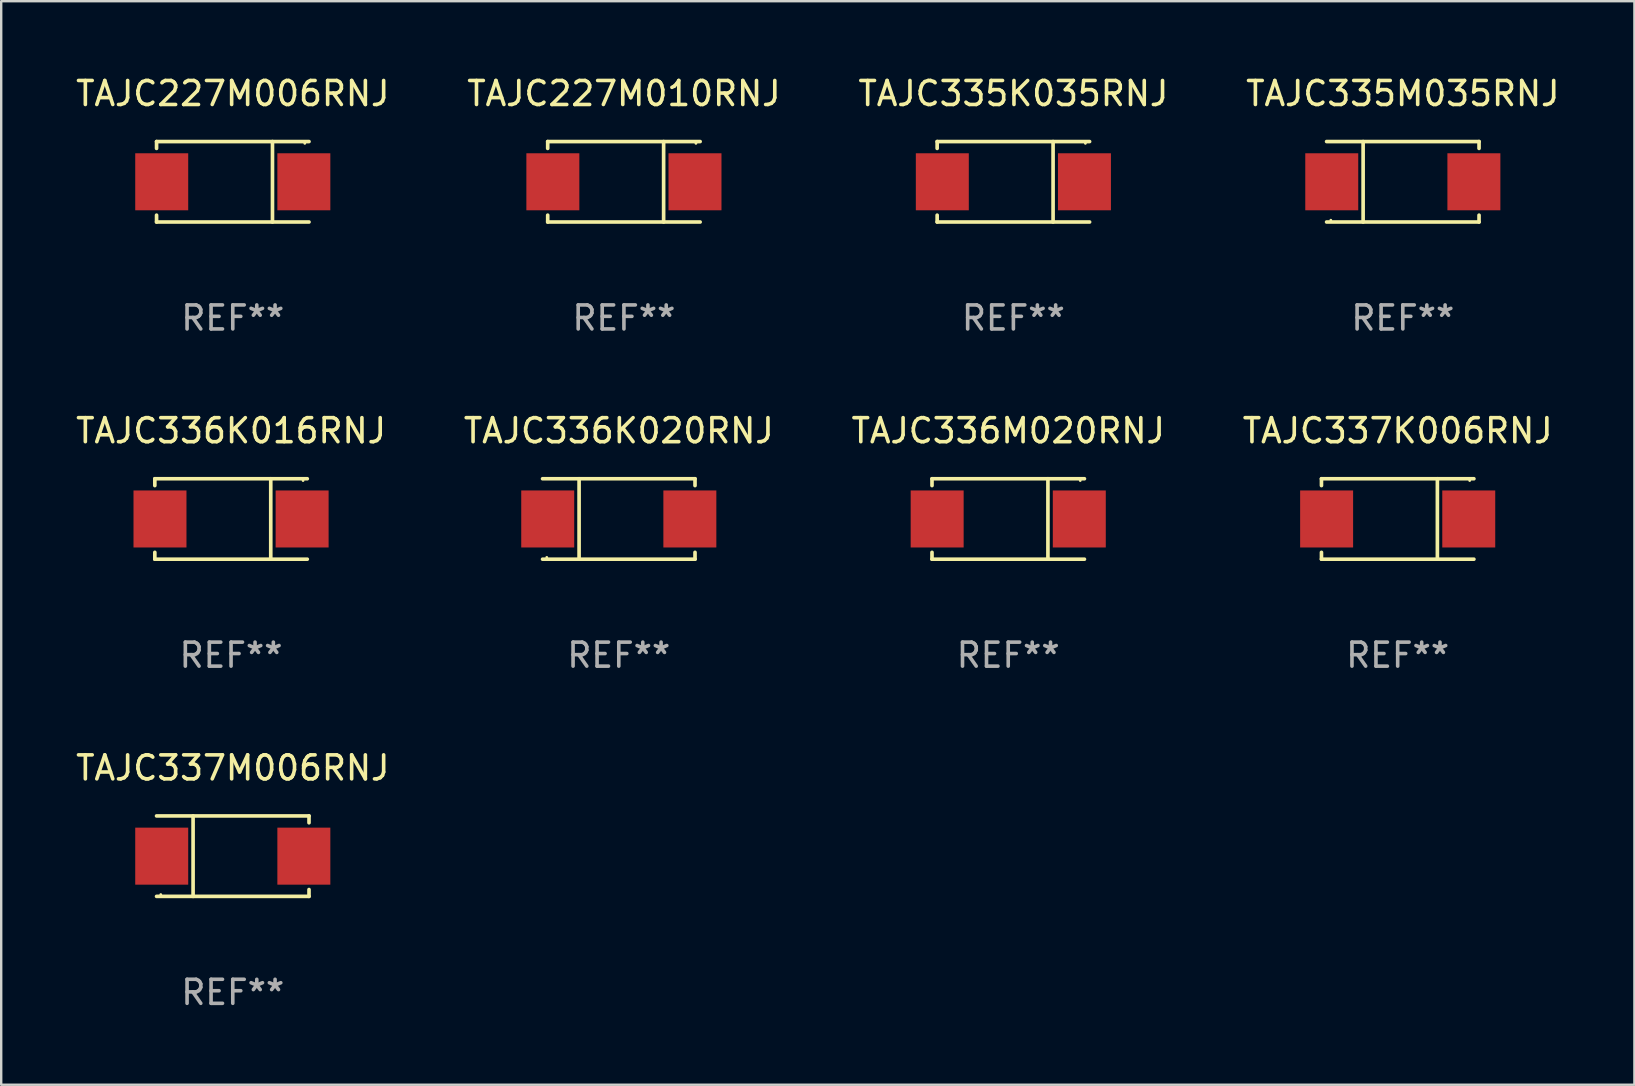
<source format=kicad_pcb>
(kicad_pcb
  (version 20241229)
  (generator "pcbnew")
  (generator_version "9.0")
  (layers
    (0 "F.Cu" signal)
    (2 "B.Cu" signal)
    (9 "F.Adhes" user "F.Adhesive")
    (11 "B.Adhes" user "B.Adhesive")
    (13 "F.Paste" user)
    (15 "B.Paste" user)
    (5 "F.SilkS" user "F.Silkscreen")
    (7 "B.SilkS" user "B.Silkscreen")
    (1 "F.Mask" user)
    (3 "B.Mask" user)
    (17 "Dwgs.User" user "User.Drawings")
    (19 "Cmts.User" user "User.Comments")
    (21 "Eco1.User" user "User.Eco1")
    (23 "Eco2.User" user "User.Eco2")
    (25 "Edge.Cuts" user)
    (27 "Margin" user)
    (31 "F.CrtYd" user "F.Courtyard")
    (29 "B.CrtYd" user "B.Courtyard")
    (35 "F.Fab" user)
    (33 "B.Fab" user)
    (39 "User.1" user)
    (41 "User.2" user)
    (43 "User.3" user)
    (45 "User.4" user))
  (footprint "TAJC335K035RNJ"
    (layer "F.Cu")
    (at 39.173 4.524)
    (property "Reference" "TAJC335K035RNJ" (at 0 -3.676 0) (layer "F.SilkS") (effects (font (size 1 1) (thickness 0.15))))
    (attr through_hole)
    (fp_line (start -3.176 -1.676) (end -3.176 -1.391) (stroke (width 0.152) (type solid)) (layer "F.SilkS"))
    (fp_line (start -3.176 -1.676) (end 3.176 -1.676) (stroke (width 0.152) (type solid)) (layer "F.SilkS"))
    (fp_line (start -3.176 1.676) (end -3.176 1.391) (stroke (width 0.152) (type solid)) (layer "F.SilkS"))
    (fp_line (start -3.176 1.676) (end 3.176 1.676) (stroke (width 0.152) (type solid)) (layer "F.SilkS"))
    (fp_line (start 1.654 -1.676) (end 1.654 1.676) (stroke (width 0.152) (type solid)) (layer "F.SilkS"))
    (fp_circle (center 3 -1.6) (end 3.03 -1.6) (stroke (width 0.06) (type solid)) (fill no) (layer "F.SilkS"))
    (fp_text user "REF**" (at 0 5.676 0) (layer "F.Fab") (effects (font (size 1 1) (thickness 0.15))))
    (pad "1" smd rect (at 2.961 0) (size 2.207 2.376) (layers "F.Cu" "F.Mask" "F.Paste"))
    (pad "2" smd rect (at -2.961 0) (size 2.207 2.376) (layers "F.Cu" "F.Mask" "F.Paste")))
  (footprint "TAJC337K006RNJ"
    (layer "F.Cu")
    (at 55.185 18.573)
    (property "Reference" "TAJC337K006RNJ" (at 0 -3.676 0) (layer "F.SilkS") (effects (font (size 1 1) (thickness 0.15))))
    (attr through_hole)
    (fp_line (start -3.176 -1.676) (end -3.176 -1.391) (stroke (width 0.152) (type solid)) (layer "F.SilkS"))
    (fp_line (start -3.176 -1.676) (end 3.176 -1.676) (stroke (width 0.152) (type solid)) (layer "F.SilkS"))
    (fp_line (start -3.176 1.676) (end -3.176 1.391) (stroke (width 0.152) (type solid)) (layer "F.SilkS"))
    (fp_line (start -3.176 1.676) (end 3.176 1.676) (stroke (width 0.152) (type solid)) (layer "F.SilkS"))
    (fp_line (start 1.654 -1.676) (end 1.654 1.676) (stroke (width 0.152) (type solid)) (layer "F.SilkS"))
    (fp_circle (center 3 -1.6) (end 3.03 -1.6) (stroke (width 0.06) (type solid)) (fill no) (layer "F.SilkS"))
    (fp_text user "REF**" (at 0 5.676 0) (layer "F.Fab") (effects (font (size 1 1) (thickness 0.15))))
    (pad "1" smd rect (at 2.961 0) (size 2.207 2.376) (layers "F.Cu" "F.Mask" "F.Paste"))
    (pad "2" smd rect (at -2.961 0) (size 2.207 2.376) (layers "F.Cu" "F.Mask" "F.Paste")))
  (footprint "TAJC336K020RNJ"
    (layer "F.Cu")
    (at 22.732 18.573)
    (property "Reference" "TAJC336K020RNJ" (at 0 -3.676 0) (layer "F.SilkS") (effects (font (size 1 1) (thickness 0.15))))
    (attr through_hole)
    (fp_line (start -1.654 1.676) (end -1.654 -1.676) (stroke (width 0.152) (type solid)) (layer "F.SilkS"))
    (fp_line (start 3.176 -1.676) (end -3.176 -1.676) (stroke (width 0.152) (type solid)) (layer "F.SilkS"))
    (fp_line (start 3.176 -1.676) (end 3.176 -1.391) (stroke (width 0.152) (type solid)) (layer "F.SilkS"))
    (fp_line (start 3.176 1.676) (end -3.176 1.676) (stroke (width 0.152) (type solid)) (layer "F.SilkS"))
    (fp_line (start 3.176 1.676) (end 3.176 1.391) (stroke (width 0.152) (type solid)) (layer "F.SilkS"))
    (fp_circle (center -3 1.6) (end -2.97 1.6) (stroke (width 0.06) (type solid)) (fill no) (layer "F.SilkS"))
    (fp_text user "REF**" (at 0 5.676 0) (layer "F.Fab") (effects (font (size 1 1) (thickness 0.15))))
    (pad "1" smd rect (at -2.961 -0.000051 180) (size 2.207 2.376) (layers "F.Cu" "F.Mask" "F.Paste"))
    (pad "2" smd rect (at 2.961 -0.000051 180) (size 2.207 2.376) (layers "F.Cu" "F.Mask" "F.Paste")))
  (footprint "TAJC336M020RNJ"
    (layer "F.Cu")
    (at 38.958 18.573)
    (property "Reference" "TAJC336M020RNJ" (at 0 -3.676 0) (layer "F.SilkS") (effects (font (size 1 1) (thickness 0.15))))
    (attr through_hole)
    (fp_line (start -3.176 -1.676) (end -3.176 -1.391) (stroke (width 0.152) (type solid)) (layer "F.SilkS"))
    (fp_line (start -3.176 -1.676) (end 3.176 -1.676) (stroke (width 0.152) (type solid)) (layer "F.SilkS"))
    (fp_line (start -3.176 1.676) (end -3.176 1.391) (stroke (width 0.152) (type solid)) (layer "F.SilkS"))
    (fp_line (start -3.176 1.676) (end 3.176 1.676) (stroke (width 0.152) (type solid)) (layer "F.SilkS"))
    (fp_line (start 1.654 -1.676) (end 1.654 1.676) (stroke (width 0.152) (type solid)) (layer "F.SilkS"))
    (fp_circle (center 3 -1.6) (end 3.03 -1.6) (stroke (width 0.06) (type solid)) (fill no) (layer "F.SilkS"))
    (fp_text user "REF**" (at 0 5.676 0) (layer "F.Fab") (effects (font (size 1 1) (thickness 0.15))))
    (pad "1" smd rect (at 2.961 0) (size 2.207 2.376) (layers "F.Cu" "F.Mask" "F.Paste"))
    (pad "2" smd rect (at -2.961 0) (size 2.207 2.376) (layers "F.Cu" "F.Mask" "F.Paste")))
  (footprint "TAJC337M006RNJ"
    (layer "F.Cu")
    (at 6.649 32.622)
    (property "Reference" "TAJC337M006RNJ" (at 0 -3.676 0) (layer "F.SilkS") (effects (font (size 1 1) (thickness 0.15))))
    (attr through_hole)
    (fp_line (start -1.654 1.676) (end -1.654 -1.676) (stroke (width 0.152) (type solid)) (layer "F.SilkS"))
    (fp_line (start 3.176 -1.676) (end -3.176 -1.676) (stroke (width 0.152) (type solid)) (layer "F.SilkS"))
    (fp_line (start 3.176 -1.676) (end 3.176 -1.391) (stroke (width 0.152) (type solid)) (layer "F.SilkS"))
    (fp_line (start 3.176 1.676) (end -3.176 1.676) (stroke (width 0.152) (type solid)) (layer "F.SilkS"))
    (fp_line (start 3.176 1.676) (end 3.176 1.391) (stroke (width 0.152) (type solid)) (layer "F.SilkS"))
    (fp_circle (center -3 1.6) (end -2.97 1.6) (stroke (width 0.06) (type solid)) (fill no) (layer "F.SilkS"))
    (fp_text user "REF**" (at 0 5.676 0) (layer "F.Fab") (effects (font (size 1 1) (thickness 0.15))))
    (pad "1" smd rect (at -2.961 -0.000051 180) (size 2.207 2.376) (layers "F.Cu" "F.Mask" "F.Paste"))
    (pad "2" smd rect (at 2.961 -0.000051 180) (size 2.207 2.376) (layers "F.Cu" "F.Mask" "F.Paste")))
  (footprint "TAJC227M010RNJ"
    (layer "F.Cu")
    (at 22.946 4.524)
    (property "Reference" "TAJC227M010RNJ" (at 0 -3.676 0) (layer "F.SilkS") (effects (font (size 1 1) (thickness 0.15))))
    (attr through_hole)
    (fp_line (start -3.176 -1.676) (end -3.176 -1.391) (stroke (width 0.152) (type solid)) (layer "F.SilkS"))
    (fp_line (start -3.176 -1.676) (end 3.176 -1.676) (stroke (width 0.152) (type solid)) (layer "F.SilkS"))
    (fp_line (start -3.176 1.676) (end -3.176 1.391) (stroke (width 0.152) (type solid)) (layer "F.SilkS"))
    (fp_line (start -3.176 1.676) (end 3.176 1.676) (stroke (width 0.152) (type solid)) (layer "F.SilkS"))
    (fp_line (start 1.654 -1.676) (end 1.654 1.676) (stroke (width 0.152) (type solid)) (layer "F.SilkS"))
    (fp_circle (center 3 -1.6) (end 3.03 -1.6) (stroke (width 0.06) (type solid)) (fill no) (layer "F.SilkS"))
    (fp_text user "REF**" (at 0 5.676 0) (layer "F.Fab") (effects (font (size 1 1) (thickness 0.15))))
    (pad "1" smd rect (at 2.961 0) (size 2.207 2.376) (layers "F.Cu" "F.Mask" "F.Paste"))
    (pad "2" smd rect (at -2.961 0) (size 2.207 2.376) (layers "F.Cu" "F.Mask" "F.Paste")))
  (footprint "TAJC336K016RNJ"
    (layer "F.Cu")
    (at 6.577 18.573)
    (property "Reference" "TAJC336K016RNJ" (at 0 -3.676 0) (layer "F.SilkS") (effects (font (size 1 1) (thickness 0.15))))
    (attr through_hole)
    (fp_line (start -3.176 -1.676) (end -3.176 -1.391) (stroke (width 0.152) (type solid)) (layer "F.SilkS"))
    (fp_line (start -3.176 -1.676) (end 3.176 -1.676) (stroke (width 0.152) (type solid)) (layer "F.SilkS"))
    (fp_line (start -3.176 1.676) (end -3.176 1.391) (stroke (width 0.152) (type solid)) (layer "F.SilkS"))
    (fp_line (start -3.176 1.676) (end 3.176 1.676) (stroke (width 0.152) (type solid)) (layer "F.SilkS"))
    (fp_line (start 1.654 -1.676) (end 1.654 1.676) (stroke (width 0.152) (type solid)) (layer "F.SilkS"))
    (fp_circle (center 3 -1.6) (end 3.03 -1.6) (stroke (width 0.06) (type solid)) (fill no) (layer "F.SilkS"))
    (fp_text user "REF**" (at 0 5.676 0) (layer "F.Fab") (effects (font (size 1 1) (thickness 0.15))))
    (pad "1" smd rect (at 2.961 0) (size 2.207 2.376) (layers "F.Cu" "F.Mask" "F.Paste"))
    (pad "2" smd rect (at -2.961 0) (size 2.207 2.376) (layers "F.Cu" "F.Mask" "F.Paste")))
  (footprint "TAJC227M006RNJ"
    (layer "F.Cu")
    (at 6.649 4.524)
    (property "Reference" "TAJC227M006RNJ" (at 0 -3.676 0) (layer "F.SilkS") (effects (font (size 1 1) (thickness 0.15))))
    (attr through_hole)
    (fp_line (start -3.176 -1.676) (end -3.176 -1.391) (stroke (width 0.152) (type solid)) (layer "F.SilkS"))
    (fp_line (start -3.176 -1.676) (end 3.176 -1.676) (stroke (width 0.152) (type solid)) (layer "F.SilkS"))
    (fp_line (start -3.176 1.676) (end -3.176 1.391) (stroke (width 0.152) (type solid)) (layer "F.SilkS"))
    (fp_line (start -3.176 1.676) (end 3.176 1.676) (stroke (width 0.152) (type solid)) (layer "F.SilkS"))
    (fp_line (start 1.654 -1.676) (end 1.654 1.676) (stroke (width 0.152) (type solid)) (layer "F.SilkS"))
    (fp_circle (center 3 -1.6) (end 3.03 -1.6) (stroke (width 0.06) (type solid)) (fill no) (layer "F.SilkS"))
    (fp_text user "REF**" (at 0 5.676 0) (layer "F.Fab") (effects (font (size 1 1) (thickness 0.15))))
    (pad "1" smd rect (at 2.961 0) (size 2.207 2.376) (layers "F.Cu" "F.Mask" "F.Paste"))
    (pad "2" smd rect (at -2.961 0) (size 2.207 2.376) (layers "F.Cu" "F.Mask" "F.Paste")))
  (footprint "TAJC335M035RNJ"
    (layer "F.Cu")
    (at 55.399 4.524)
    (property "Reference" "TAJC335M035RNJ" (at 0 -3.676 0) (layer "F.SilkS") (effects (font (size 1 1) (thickness 0.15))))
    (attr through_hole)
    (fp_line (start -1.654 1.676) (end -1.654 -1.676) (stroke (width 0.152) (type solid)) (layer "F.SilkS"))
    (fp_line (start 3.176 -1.676) (end -3.176 -1.676) (stroke (width 0.152) (type solid)) (layer "F.SilkS"))
    (fp_line (start 3.176 -1.676) (end 3.176 -1.391) (stroke (width 0.152) (type solid)) (layer "F.SilkS"))
    (fp_line (start 3.176 1.676) (end -3.176 1.676) (stroke (width 0.152) (type solid)) (layer "F.SilkS"))
    (fp_line (start 3.176 1.676) (end 3.176 1.391) (stroke (width 0.152) (type solid)) (layer "F.SilkS"))
    (fp_circle (center -3 1.6) (end -2.97 1.6) (stroke (width 0.06) (type solid)) (fill no) (layer "F.SilkS"))
    (fp_text user "REF**" (at 0 5.676 0) (layer "F.Fab") (effects (font (size 1 1) (thickness 0.15))))
    (pad "1" smd rect (at -2.961 -0.000051 180) (size 2.207 2.376) (layers "F.Cu" "F.Mask" "F.Paste"))
    (pad "2" smd rect (at 2.961 -0.000051 180) (size 2.207 2.376) (layers "F.Cu" "F.Mask" "F.Paste")))
  (gr_rect
    (start -3 -3)
    (end 65.048 42.147)
    (stroke (width 0.1) (type default))
    (fill no)
    (layer "Edge.Cuts")))
</source>
